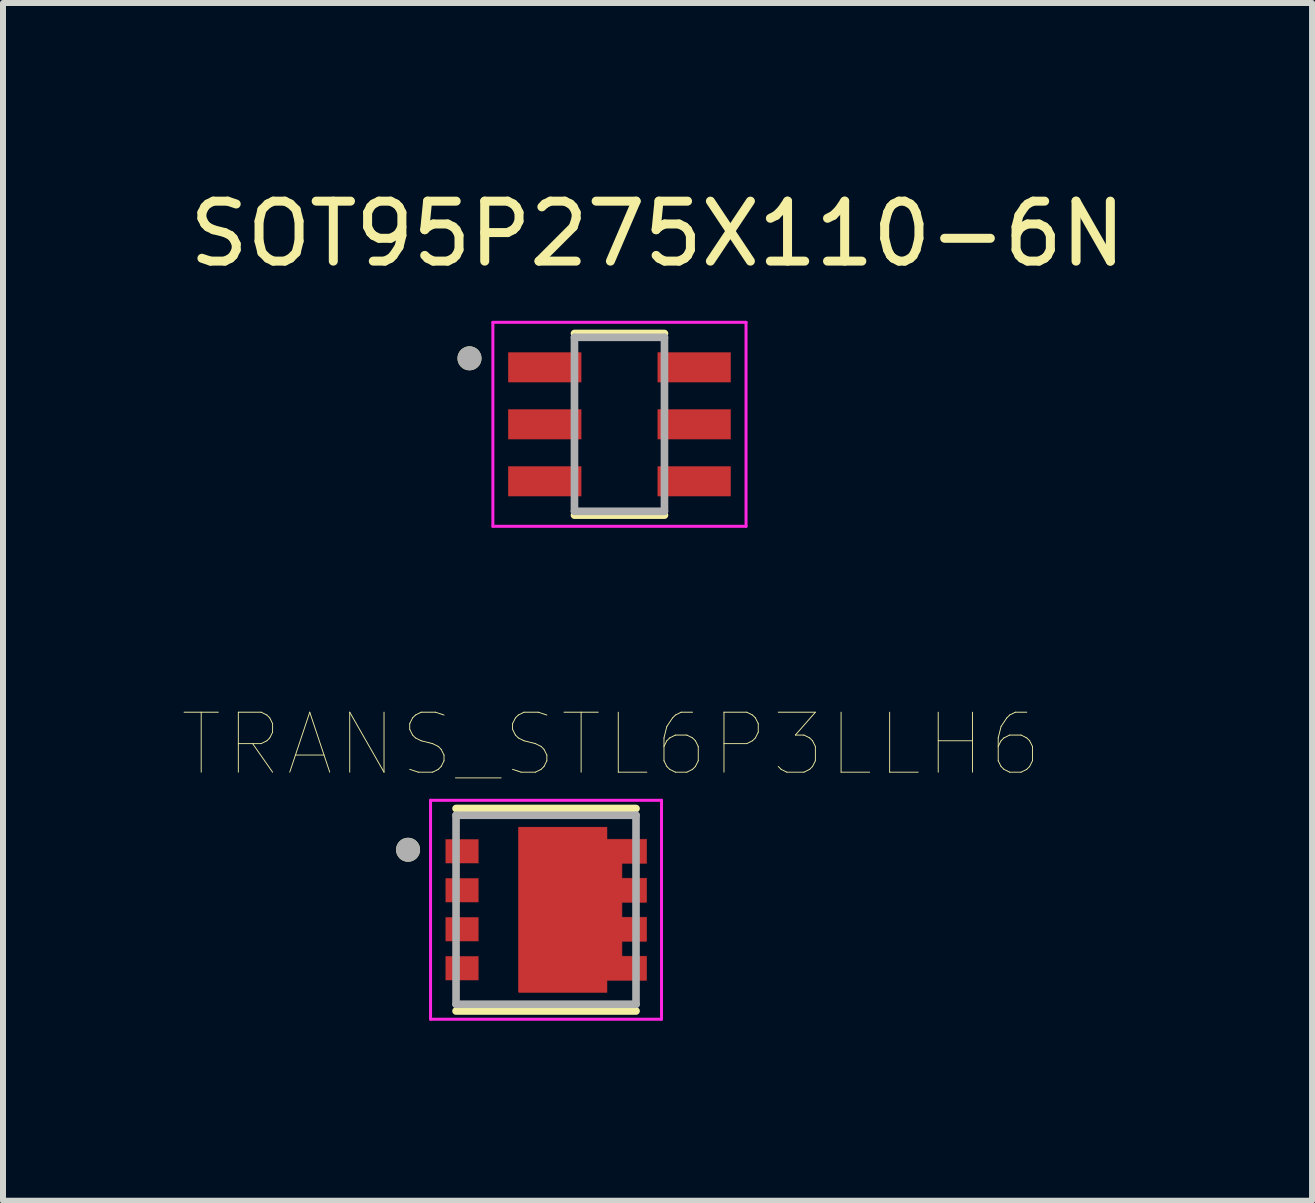
<source format=kicad_pcb>
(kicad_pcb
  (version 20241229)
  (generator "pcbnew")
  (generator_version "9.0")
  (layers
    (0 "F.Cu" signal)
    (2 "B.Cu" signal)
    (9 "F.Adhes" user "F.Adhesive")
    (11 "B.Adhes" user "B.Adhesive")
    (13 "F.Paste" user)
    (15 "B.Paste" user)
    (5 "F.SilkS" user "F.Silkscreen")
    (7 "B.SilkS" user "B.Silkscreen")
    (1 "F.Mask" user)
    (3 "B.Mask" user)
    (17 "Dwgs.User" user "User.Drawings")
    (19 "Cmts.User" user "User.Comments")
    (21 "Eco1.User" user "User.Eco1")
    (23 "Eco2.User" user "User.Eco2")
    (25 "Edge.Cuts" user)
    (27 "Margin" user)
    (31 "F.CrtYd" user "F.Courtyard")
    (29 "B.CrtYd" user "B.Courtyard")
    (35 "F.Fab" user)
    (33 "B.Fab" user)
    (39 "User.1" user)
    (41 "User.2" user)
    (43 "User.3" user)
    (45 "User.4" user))
  (footprint "TRANS_STL6P3LLH6"
    (layer "F.Cu")
    (at 6.052 12.115)
    (property "Reference" "TRANS_STL6P3LLH6" (at 1.085 -2.755 0) (layer "F.SilkS") (effects (font (size 1 1) (thickness 0.015))))
    (attr smd)
    (fp_poly (pts (xy -0.455 -1.375) (xy -0.455 1.375) (xy 1.015 1.375) (xy 1.015 1.175) (xy 1.675 1.175) (xy 1.675 0.775) (xy 1.265 0.775) (xy 1.265 0.525) (xy 1.675 0.525) (xy 1.675 0.125) (xy 1.265 0.125) (xy 1.265 -0.125) (xy 1.675 -0.125) (xy 1.675 -0.525) (xy 1.265 -0.525) (xy 1.265 -0.775) (xy 1.675 -0.775) (xy 1.675 -1.175) (xy 1.015 -1.175) (xy 1.015 -1.375)) (stroke (width 0.01) (type solid)) (fill yes) (layer "F.Cu"))
    (fp_poly (pts (xy -0.555 -1.475) (xy -0.555 1.475) (xy 1.115 1.475) (xy 1.115 1.225) (xy 1.725 1.225) (xy 1.725 0.725) (xy 1.315 0.725) (xy 1.315 0.575) (xy 1.725 0.575) (xy 1.725 0.075) (xy 1.315 0.075) (xy 1.315 -0.075) (xy 1.725 -0.075) (xy 1.725 -0.575) (xy 1.315 -0.575) (xy 1.315 -0.725) (xy 1.725 -0.725) (xy 1.725 -1.225) (xy 1.115 -1.225) (xy 1.115 -1.475)) (stroke (width 0.01) (type solid)) (fill yes) (layer "F.Mask"))
    (fp_line (start 1.5 -1.688) (end -1.5 -1.688) (stroke (width 0.127) (type solid)) (layer "F.SilkS"))
    (fp_line (start 1.5 1.688) (end -1.5 1.688) (stroke (width 0.127) (type solid)) (layer "F.SilkS"))
    (fp_circle (center -2.3 -1) (end -2.2 -1) (stroke (width 0.2) (type solid)) (fill no) (layer "F.SilkS"))
    (fp_poly (pts (xy -0.59 -0.465) (xy 1.15 -0.465) (xy 1.15 0.465) (xy -0.59 0.465)) (stroke (width 0.01) (type solid)) (fill yes) (layer "F.Paste"))
    (fp_poly (pts (xy 1.2 -1.25) (xy 1.6 -1.25) (xy 1.6 -0.7) (xy 1.2 -0.7)) (stroke (width 0.01) (type solid)) (fill yes) (layer "F.Paste"))
    (fp_poly (pts (xy 1.2 -0.6) (xy 1.6 -0.6) (xy 1.6 -0.05) (xy 1.2 -0.05)) (stroke (width 0.01) (type solid)) (fill yes) (layer "F.Paste"))
    (fp_poly (pts (xy 1.2 0.05) (xy 1.6 0.05) (xy 1.6 0.6) (xy 1.2 0.6)) (stroke (width 0.01) (type solid)) (fill yes) (layer "F.Paste"))
    (fp_poly (pts (xy 1.2 0.7) (xy 1.6 0.7) (xy 1.6 1.25) (xy 1.2 1.25)) (stroke (width 0.01) (type solid)) (fill yes) (layer "F.Paste"))
    (fp_line (start -1.925 -1.825) (end 1.925 -1.825) (stroke (width 0.05) (type solid)) (layer "F.CrtYd"))
    (fp_line (start -1.925 1.825) (end -1.925 -1.825) (stroke (width 0.05) (type solid)) (layer "F.CrtYd"))
    (fp_line (start 1.925 -1.825) (end 1.925 1.825) (stroke (width 0.05) (type solid)) (layer "F.CrtYd"))
    (fp_line (start 1.925 1.825) (end -1.925 1.825) (stroke (width 0.05) (type solid)) (layer "F.CrtYd"))
    (fp_line (start -1.5 -1.575) (end 1.5 -1.575) (stroke (width 0.127) (type solid)) (layer "F.Fab"))
    (fp_line (start -1.5 1.575) (end -1.5 -1.575) (stroke (width 0.127) (type solid)) (layer "F.Fab"))
    (fp_line (start 1.5 -1.575) (end 1.5 1.575) (stroke (width 0.127) (type solid)) (layer "F.Fab"))
    (fp_line (start 1.5 1.575) (end -1.5 1.575) (stroke (width 0.127) (type solid)) (layer "F.Fab"))
    (fp_circle (center -2.3 -1) (end -2.2 -1) (stroke (width 0.2) (type solid)) (fill no) (layer "F.Fab"))
    (pad "1" smd rect (at -1.4 -0.975) (size 0.55 0.4) (layers "F.Cu" "F.Mask" "F.Paste"))
    (pad "2" smd rect (at -1.4 -0.325) (size 0.55 0.4) (layers "F.Cu" "F.Mask" "F.Paste"))
    (pad "3" smd rect (at -1.4 0.325) (size 0.55 0.4) (layers "F.Cu" "F.Mask" "F.Paste"))
    (pad "4" smd rect (at -1.4 0.975) (size 0.55 0.4) (layers "F.Cu" "F.Mask" "F.Paste"))
    (pad "5_6_7_8" smd rect (at 0.28 0) (size 1.47 2.75) (layers "F.Cu" "F.Mask")))
  (footprint "SOT95P275X110-6N"
    (layer "F.Cu")
    (at 7.276 4.023)
    (property "Reference" "SOT95P275X110-6N" (at 0.635 -3.175 0) (layer "F.SilkS") (effects (font (size 1 1) (thickness 0.15))))
    (attr through_hole)
    (fp_line (start -0.75 -1.514) (end 0.75 -1.514) (stroke (width 0.127) (type solid)) (layer "F.SilkS"))
    (fp_line (start -0.75 1.514) (end 0.75 1.514) (stroke (width 0.127) (type solid)) (layer "F.SilkS"))
    (fp_circle (center -2.5 -1.1) (end -2.4 -1.1) (stroke (width 0.2) (type solid)) (fill no) (layer "F.SilkS"))
    (fp_line (start -2.11 -1.7) (end 2.11 -1.7) (stroke (width 0.05) (type solid)) (layer "F.CrtYd"))
    (fp_line (start -2.11 1.7) (end -2.11 -1.7) (stroke (width 0.05) (type solid)) (layer "F.CrtYd"))
    (fp_line (start 2.11 -1.7) (end 2.11 1.7) (stroke (width 0.05) (type solid)) (layer "F.CrtYd"))
    (fp_line (start 2.11 1.7) (end -2.11 1.7) (stroke (width 0.05) (type solid)) (layer "F.CrtYd"))
    (fp_line (start -0.75 -1.45) (end 0.75 -1.45) (stroke (width 0.127) (type solid)) (layer "F.Fab"))
    (fp_line (start -0.75 1.45) (end -0.75 -1.45) (stroke (width 0.127) (type solid)) (layer "F.Fab"))
    (fp_line (start 0.75 -1.45) (end 0.75 1.45) (stroke (width 0.127) (type solid)) (layer "F.Fab"))
    (fp_line (start 0.75 1.45) (end -0.75 1.45) (stroke (width 0.127) (type solid)) (layer "F.Fab"))
    (fp_circle (center -2.5 -1.1) (end -2.4 -1.1) (stroke (width 0.2) (type solid)) (fill no) (layer "F.Fab"))
    (pad "1" smd rect (at -1.245 -0.95) (size 1.22 0.5) (layers "F.Cu" "F.Mask" "F.Paste"))
    (pad "2" smd rect (at -1.245 0) (size 1.22 0.5) (layers "F.Cu" "F.Mask" "F.Paste"))
    (pad "3" smd rect (at -1.245 0.95) (size 1.22 0.5) (layers "F.Cu" "F.Mask" "F.Paste"))
    (pad "4" smd rect (at 1.245 0.95) (size 1.22 0.5) (layers "F.Cu" "F.Mask" "F.Paste"))
    (pad "5" smd rect (at 1.245 0) (size 1.22 0.5) (layers "F.Cu" "F.Mask" "F.Paste"))
    (pad "6" smd rect (at 1.245 -0.95) (size 1.22 0.5) (layers "F.Cu" "F.Mask" "F.Paste")))
  (gr_rect
    (start -3 -3)
    (end 18.821 16.965)
    (stroke (width 0.1) (type default))
    (fill no)
    (layer "Edge.Cuts")))
</source>
